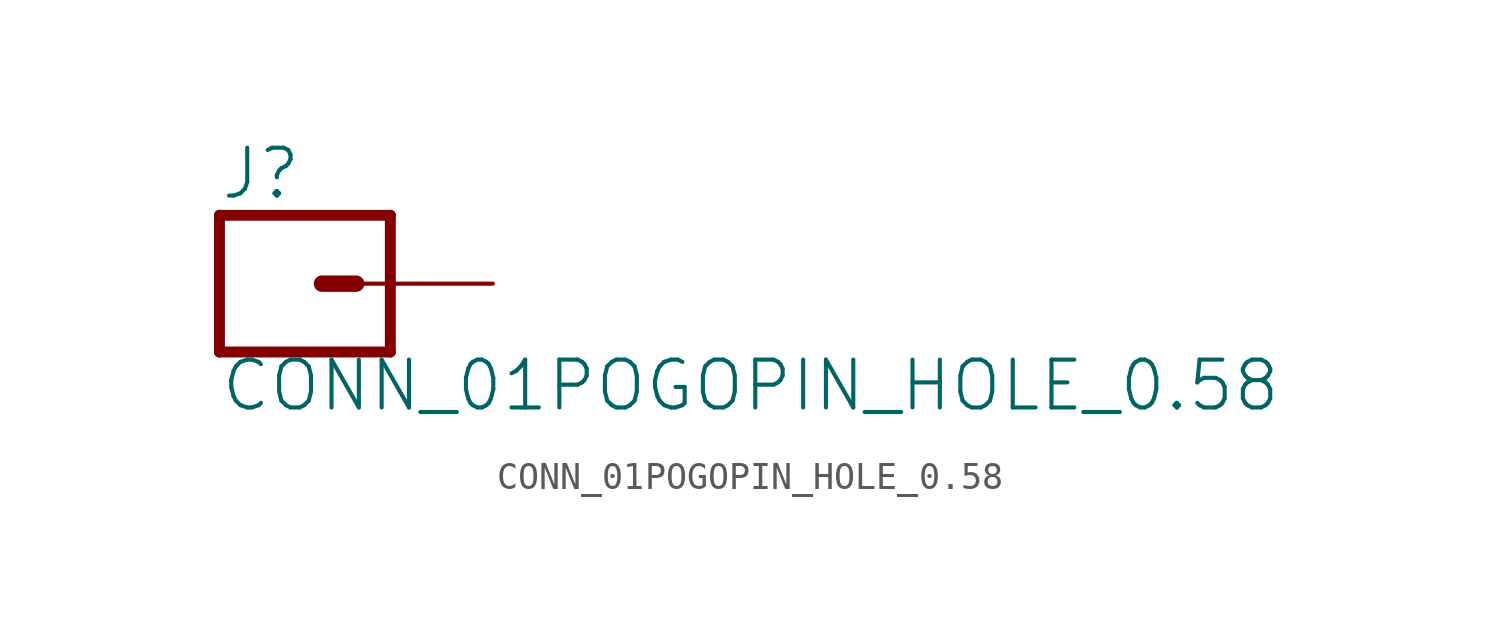
<source format=kicad_sym>
(kicad_symbol_lib
  (version 20220331)
  (generator kicad_symbol_editor)
  (symbol "CONN_01POGOPIN_HOLE_0.58"
    (property "Reference" "J"
      (at -2.54 3.048 0)
      (effects (font (size 1.778 1.778)) (justify left bottom)))
    (property "Value" "CONN_01POGOPIN_HOLE_0.58"
      (at -2.54 -4.826 0)
      (effects (font (size 1.778 1.778)) (justify left bottom)))
    (property "ki_locked" ""
      (at 0 0 0)
      (effects (font (size 1.27 1.27))))
    (symbol "CONN_01POGOPIN_HOLE_0.58_1_0"
      (polyline (pts (xy -2.54 2.54) (xy -2.54 -2.54)) (stroke (width 0.406) (type solid)) (fill (type none)))
      (polyline (pts (xy -2.54 2.54) (xy 3.81 2.54)) (stroke (width 0.406) (type solid)) (fill (type none)))
      (polyline (pts (xy 1.27 0) (xy 2.54 0)) (stroke (width 0.61) (type solid)) (fill (type none)))
      (polyline (pts (xy 3.81 -2.54) (xy -2.54 -2.54)) (stroke (width 0.406) (type solid)) (fill (type none)))
      (polyline (pts (xy 3.81 -2.54) (xy 3.81 2.54)) (stroke (width 0.406) (type solid)) (fill (type none)))
      (pin passive line (at 7.62 0 180) (length 5.08) (name "1" (effects (font (size 0 0)))) (number "1" (effects (font (size 0 0))))))))
</source>
